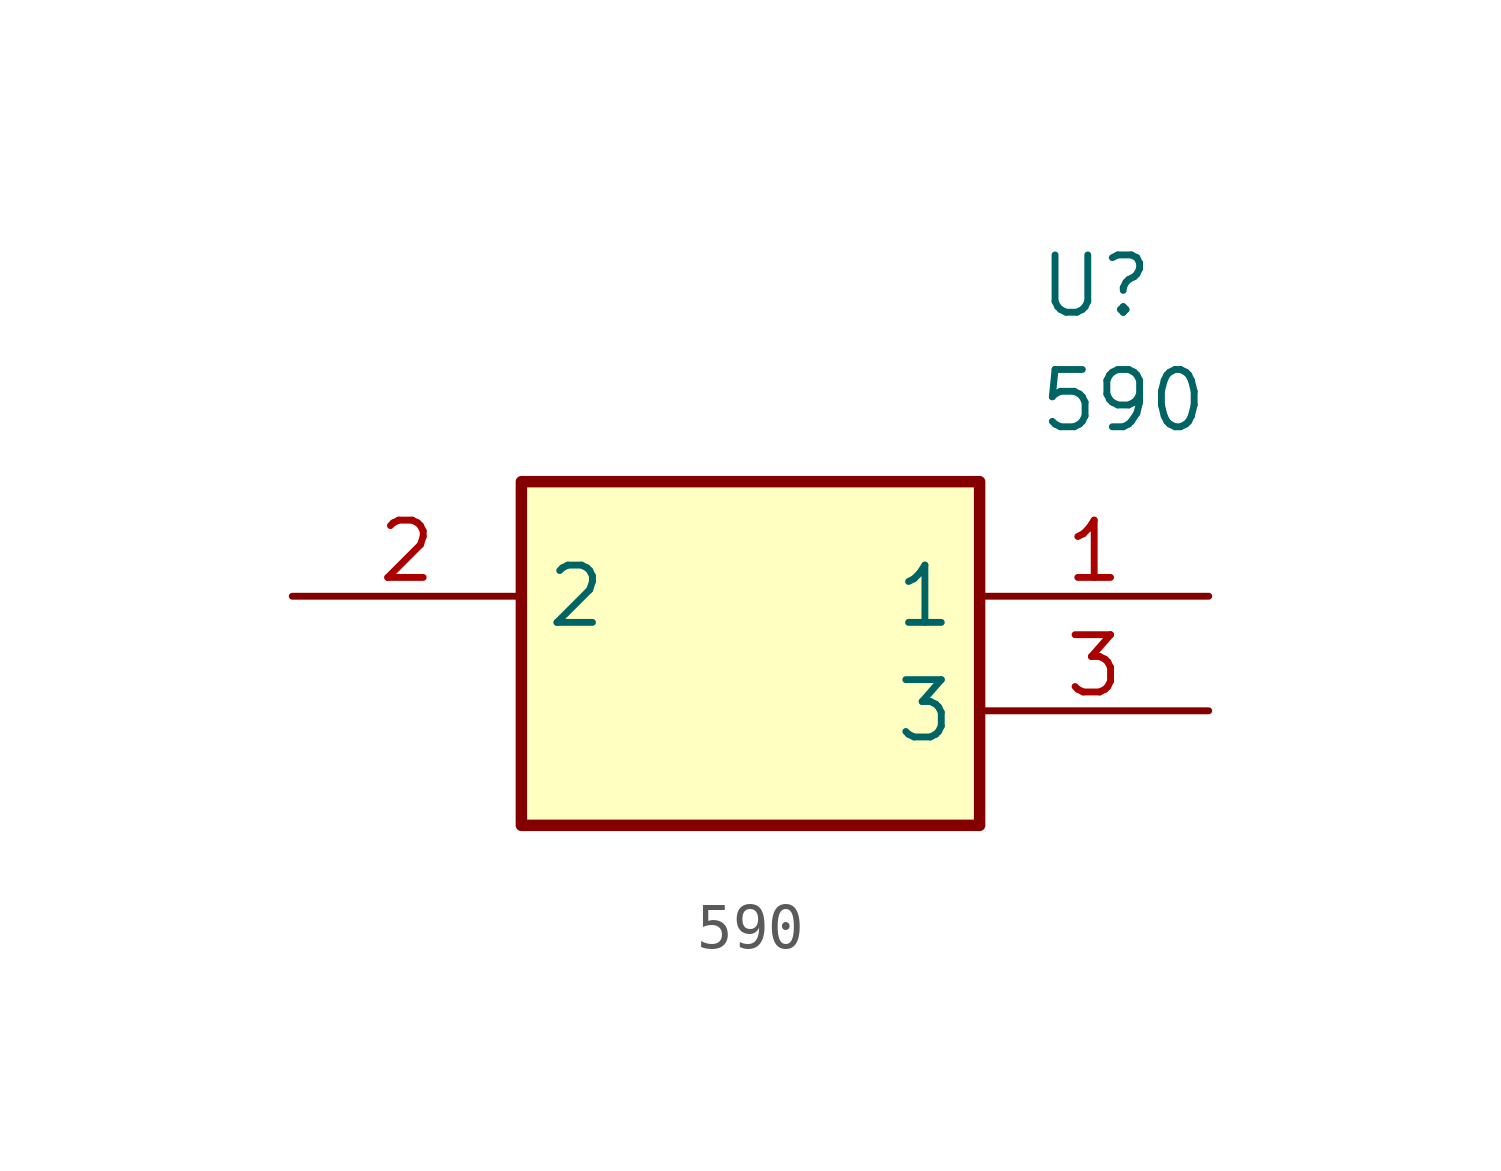
<source format=kicad_sym>
(kicad_symbol_lib
  (version 20211014)
  (generator SamacSys_ECAD_Model)
  (symbol "590"
    (property "Reference" "U"
      (at 16.51 7.62 0)
      (effects (font (size 1.27 1.27)) (justify left top)))
    (property "Value" "590"
      (at 16.51 5.08 0)
      (effects (font (size 1.27 1.27)) (justify left top)))
    (rectangle
      (start 5.08 2.54)
      (end 15.24 -5.08)
      (stroke (width 0.254) (type default))
      (fill (type background)))
    (pin passive line
      (at 20.32 0 180)
      (length 5.08)
      (name "1" (effects (font (size 1.27 1.27))))
      (number "1" (effects (font (size 1.27 1.27)))))
    (pin passive line
      (at 0 0 0)
      (length 5.08)
      (name "2" (effects (font (size 1.27 1.27))))
      (number "2" (effects (font (size 1.27 1.27)))))
    (pin passive line
      (at 20.32 -2.54 180)
      (length 5.08)
      (name "3" (effects (font (size 1.27 1.27))))
      (number "3" (effects (font (size 1.27 1.27)))))))
</source>
